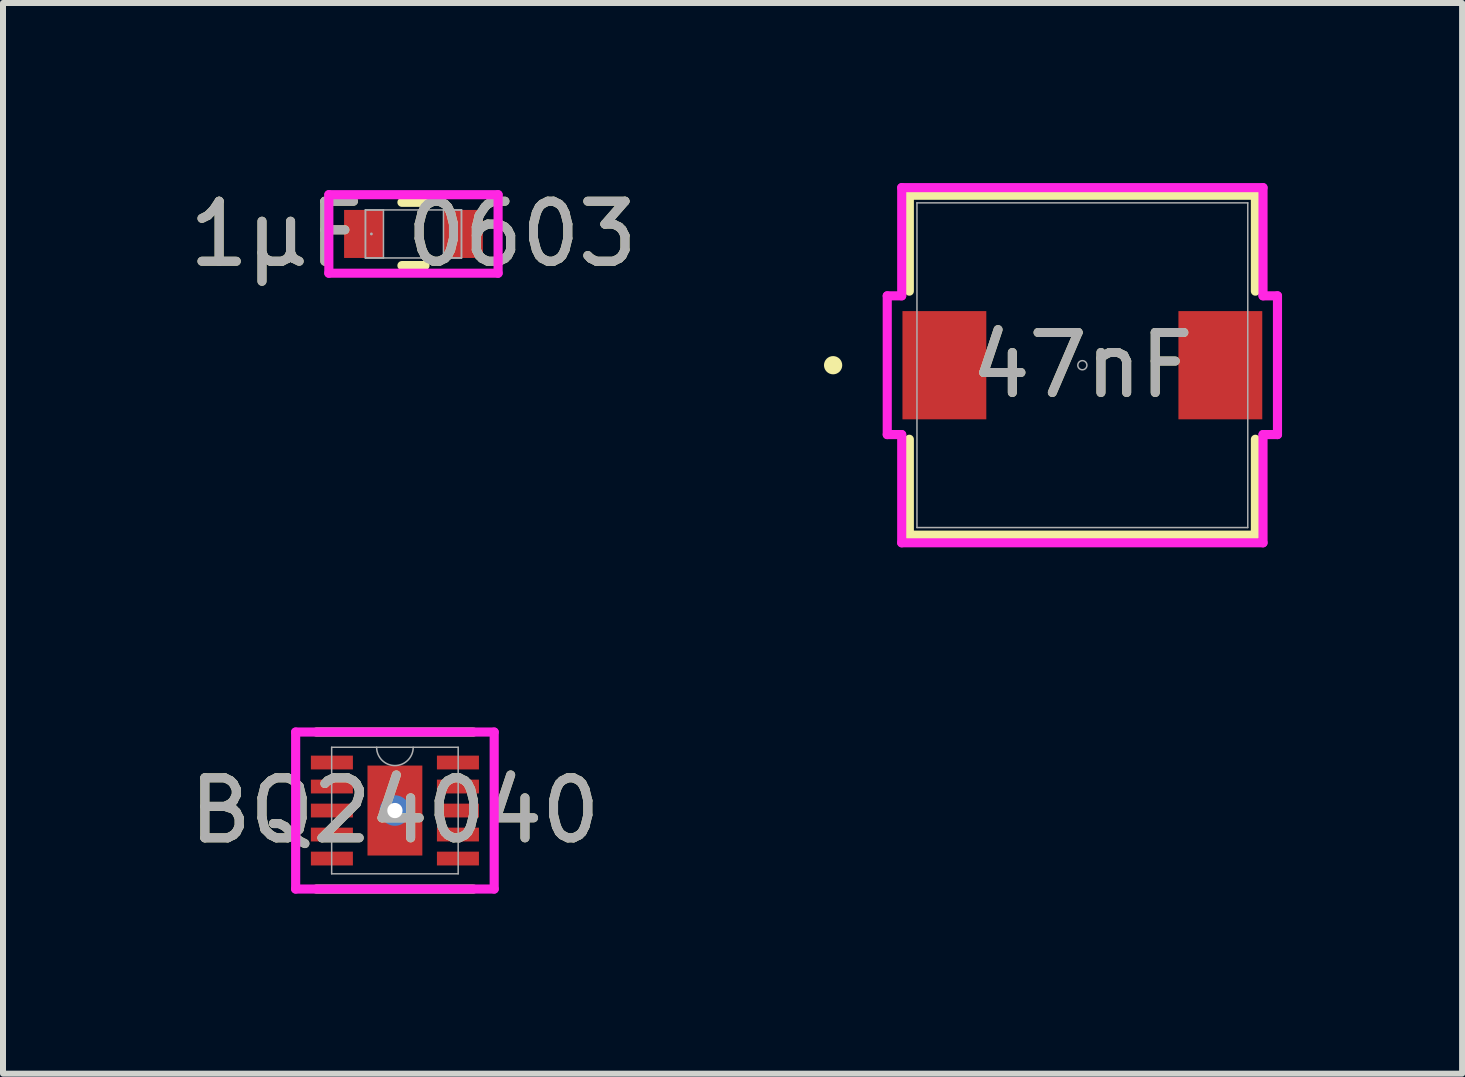
<source format=kicad_pcb>
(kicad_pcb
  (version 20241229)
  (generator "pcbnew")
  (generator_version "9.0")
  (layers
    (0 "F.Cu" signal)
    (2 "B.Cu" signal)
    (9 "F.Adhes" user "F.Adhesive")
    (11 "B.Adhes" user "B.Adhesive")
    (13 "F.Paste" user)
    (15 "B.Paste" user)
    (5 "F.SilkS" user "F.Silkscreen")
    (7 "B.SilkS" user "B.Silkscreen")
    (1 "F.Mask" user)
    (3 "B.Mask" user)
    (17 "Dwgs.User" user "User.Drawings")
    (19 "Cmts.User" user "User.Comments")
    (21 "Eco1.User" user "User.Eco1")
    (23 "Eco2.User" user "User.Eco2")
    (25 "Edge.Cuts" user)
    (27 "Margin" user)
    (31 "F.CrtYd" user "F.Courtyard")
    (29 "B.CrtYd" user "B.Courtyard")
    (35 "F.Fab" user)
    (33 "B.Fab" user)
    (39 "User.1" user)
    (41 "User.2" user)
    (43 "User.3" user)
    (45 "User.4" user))
  (footprint "BQ24040"
    (layer "F.Cu")
    (at 3.53 10.455)
    (property "Reference" "BQ24040" (at 0 0 0) (unlocked yes) (layer "F.SilkS") (effects (font (size 1 1) (thickness 0.15))))
    (attr smd)
    (fp_poly (pts (xy -1.47 -0.985) (xy -1.47 -0.615) (xy -0.63 -0.615) (xy -0.63 -0.985)) (stroke (width 0) (type solid)) (fill yes) (layer "F.Mask"))
    (fp_poly (pts (xy -1.47 -0.585) (xy -1.47 -0.215) (xy -0.63 -0.215) (xy -0.63 -0.585)) (stroke (width 0) (type solid)) (fill yes) (layer "F.Mask"))
    (fp_poly (pts (xy -1.47 -0.185) (xy -1.47 0.185) (xy -0.63 0.185) (xy -0.63 -0.185)) (stroke (width 0) (type solid)) (fill yes) (layer "F.Mask"))
    (fp_poly (pts (xy -1.47 0.215) (xy -1.47 0.585) (xy -0.63 0.585) (xy -0.63 0.215)) (stroke (width 0) (type solid)) (fill yes) (layer "F.Mask"))
    (fp_poly (pts (xy -1.47 0.615) (xy -1.47 0.985) (xy -0.63 0.985) (xy -0.63 0.615)) (stroke (width 0) (type solid)) (fill yes) (layer "F.Mask"))
    (fp_poly (pts (xy -0.521 -0.813) (xy -0.2 -0.813) (xy -0.2 0.813) (xy -0.521 0.813)) (stroke (width 0) (type solid)) (fill yes) (layer "F.Mask"))
    (fp_poly (pts (xy -0.521 -0.813) (xy 0.521 -0.813) (xy 0.521 -0.2) (xy -0.521 -0.2)) (stroke (width 0) (type solid)) (fill yes) (layer "F.Mask"))
    (fp_poly (pts (xy -0.521 0.2) (xy 0.521 0.2) (xy 0.521 0.813) (xy -0.521 0.813)) (stroke (width 0) (type solid)) (fill yes) (layer "F.Mask"))
    (fp_poly (pts (xy 0.2 -0.813) (xy 0.521 -0.813) (xy 0.521 0.813) (xy 0.2 0.813)) (stroke (width 0) (type solid)) (fill yes) (layer "F.Mask"))
    (fp_poly (pts (xy 0.63 -0.985) (xy 0.63 -0.615) (xy 1.47 -0.615) (xy 1.47 -0.985)) (stroke (width 0) (type solid)) (fill yes) (layer "F.Mask"))
    (fp_poly (pts (xy 0.63 -0.585) (xy 0.63 -0.215) (xy 1.47 -0.215) (xy 1.47 -0.585)) (stroke (width 0) (type solid)) (fill yes) (layer "F.Mask"))
    (fp_poly (pts (xy 0.63 -0.185) (xy 0.63 0.185) (xy 1.47 0.185) (xy 1.47 -0.185)) (stroke (width 0) (type solid)) (fill yes) (layer "F.Mask"))
    (fp_poly (pts (xy 0.63 0.215) (xy 0.63 0.585) (xy 1.47 0.585) (xy 1.47 0.215)) (stroke (width 0) (type solid)) (fill yes) (layer "F.Mask"))
    (fp_poly (pts (xy 0.63 0.615) (xy 0.63 0.985) (xy 1.47 0.985) (xy 1.47 0.615)) (stroke (width 0) (type solid)) (fill yes) (layer "F.Mask"))
    (fp_line (start -1.308 1.308) (end 1.308 1.308) (stroke (width 0.152) (type solid)) (layer "F.SilkS"))
    (fp_line (start 1.308 -1.308) (end -1.308 -1.308) (stroke (width 0.152) (type solid)) (layer "F.SilkS"))
    (fp_poly (pts (xy -1.399 -0.914) (xy -1.399 -0.686) (xy -0.701 -0.686) (xy -0.701 -0.914)) (stroke (width 0) (type solid)) (fill yes) (layer "F.Paste"))
    (fp_poly (pts (xy -1.399 -0.514) (xy -1.399 -0.286) (xy -0.701 -0.286) (xy -0.701 -0.514)) (stroke (width 0) (type solid)) (fill yes) (layer "F.Paste"))
    (fp_poly (pts (xy -1.399 -0.114) (xy -1.399 0.114) (xy -0.701 0.114) (xy -0.701 -0.114)) (stroke (width 0) (type solid)) (fill yes) (layer "F.Paste"))
    (fp_poly (pts (xy -1.399 0.286) (xy -1.399 0.514) (xy -0.701 0.514) (xy -0.701 0.286)) (stroke (width 0) (type solid)) (fill yes) (layer "F.Paste"))
    (fp_poly (pts (xy -1.399 0.686) (xy -1.399 0.914) (xy -0.701 0.914) (xy -0.701 0.686)) (stroke (width 0) (type solid)) (fill yes) (layer "F.Paste"))
    (fp_poly (pts (xy 0.701 -0.914) (xy 0.701 -0.686) (xy 1.399 -0.686) (xy 1.399 -0.914)) (stroke (width 0) (type solid)) (fill yes) (layer "F.Paste"))
    (fp_poly (pts (xy 0.701 -0.514) (xy 0.701 -0.286) (xy 1.399 -0.286) (xy 1.399 -0.514)) (stroke (width 0) (type solid)) (fill yes) (layer "F.Paste"))
    (fp_poly (pts (xy 0.701 -0.114) (xy 0.701 0.114) (xy 1.399 0.114) (xy 1.399 -0.114)) (stroke (width 0) (type solid)) (fill yes) (layer "F.Paste"))
    (fp_poly (pts (xy 0.701 0.286) (xy 0.701 0.514) (xy 1.399 0.514) (xy 1.399 0.286)) (stroke (width 0) (type solid)) (fill yes) (layer "F.Paste"))
    (fp_poly (pts (xy 0.701 0.686) (xy 0.701 0.914) (xy 1.399 0.914) (xy 1.399 0.686)) (stroke (width 0) (type solid)) (fill yes) (layer "F.Paste"))
    (fp_poly (pts (xy -0.382 -0.674) (xy -0.382 -0.1) (xy -0.241 -0.1) (xy -0.1 -0.241) (xy -0.1 -0.674)) (stroke (width 0) (type solid)) (fill yes) (layer "F.Paste"))
    (fp_poly (pts (xy -0.382 0.1) (xy -0.382 0.674) (xy -0.1 0.674) (xy -0.1 0.241) (xy -0.241 0.1)) (stroke (width 0) (type solid)) (fill yes) (layer "F.Paste"))
    (fp_poly (pts (xy 0.1 -0.674) (xy 0.1 -0.241) (xy 0.241 -0.1) (xy 0.382 -0.1) (xy 0.382 -0.674)) (stroke (width 0) (type solid)) (fill yes) (layer "F.Paste"))
    (fp_poly (pts (xy 0.241 0.1) (xy 0.1 0.241) (xy 0.1 0.674) (xy 0.382 0.674) (xy 0.382 0.1)) (stroke (width 0) (type solid)) (fill yes) (layer "F.Paste"))
    (fp_line (start -1.654 -1.308) (end 1.654 -1.308) (stroke (width 0.152) (type solid)) (layer "F.CrtYd"))
    (fp_line (start -1.654 1.308) (end -1.654 -1.308) (stroke (width 0.152) (type solid)) (layer "F.CrtYd"))
    (fp_line (start 1.654 -1.308) (end 1.654 1.308) (stroke (width 0.152) (type solid)) (layer "F.CrtYd"))
    (fp_line (start 1.654 1.308) (end -1.654 1.308) (stroke (width 0.152) (type solid)) (layer "F.CrtYd"))
    (fp_line (start -1.054 -1.054) (end -1.054 1.054) (stroke (width 0.025) (type solid)) (layer "F.Fab"))
    (fp_line (start -1.054 1.054) (end 1.054 1.054) (stroke (width 0.025) (type solid)) (layer "F.Fab"))
    (fp_line (start 1.054 -1.054) (end -1.054 -1.054) (stroke (width 0.025) (type solid)) (layer "F.Fab"))
    (fp_line (start 1.054 1.054) (end 1.054 -1.054) (stroke (width 0.025) (type solid)) (layer "F.Fab"))
    (fp_arc (start 0.3048 -1.0541) (mid 0 -0.7493) (end -0.3048 -1.0541) (stroke (width 0.0254) (type solid)) (layer "F.Fab"))
    (fp_text user "${REFERENCE}" (at 0 0 0) (unlocked yes) (layer "F.Fab") (effects (font (size 1 1) (thickness 0.15))))
    (pad "1" smd rect (at -1.05 -0.8) (size 0.7 0.23) (layers "F.Cu" "F.Mask"))
    (pad "2" smd rect (at -1.05 -0.4) (size 0.7 0.23) (layers "F.Cu" "F.Mask"))
    (pad "3" smd rect (at -1.05 0) (size 0.7 0.23) (layers "F.Cu" "F.Mask"))
    (pad "4" smd rect (at -1.05 0.4) (size 0.7 0.23) (layers "F.Cu" "F.Mask"))
    (pad "5" smd rect (at -1.05 0.8) (size 0.7 0.23) (layers "F.Cu" "F.Mask"))
    (pad "6" smd rect (at 1.05 0.8) (size 0.7 0.23) (layers "F.Cu" "F.Mask"))
    (pad "7" smd rect (at 1.05 0.4) (size 0.7 0.23) (layers "F.Cu" "F.Mask"))
    (pad "8" smd rect (at 1.05 0) (size 0.7 0.23) (layers "F.Cu" "F.Mask"))
    (pad "9" smd rect (at 1.05 -0.4) (size 0.7 0.23) (layers "F.Cu" "F.Mask"))
    (pad "10" smd rect (at 1.05 -0.8) (size 0.7 0.23) (layers "F.Cu" "F.Mask"))
    (pad "11" smd rect (at 0 0) (size 0.914 1.499) (layers "F.Cu"))
    (pad "V" thru_hole circle (at 0 0) (size 0.508 0.508) (drill 0.254) (layers "*.Cu" "*.Mask")))
  (footprint "1µF 0603"
    (layer "F.Cu")
    (at 3.839 0.848)
    (property "Reference" "1µF 0603" (at 0 0 0) (unlocked yes) (layer "F.SilkS") (effects (font (size 1 1) (thickness 0.15))))
    (attr smd)
    (fp_line (start -0.192 0.527) (end 0.192 0.527) (stroke (width 0.152) (type solid)) (layer "F.SilkS"))
    (fp_line (start 0.192 -0.527) (end -0.192 -0.527) (stroke (width 0.152) (type solid)) (layer "F.SilkS"))
    (fp_line (start -1.41 -0.654) (end 1.41 -0.654) (stroke (width 0.152) (type solid)) (layer "F.CrtYd"))
    (fp_line (start -1.41 0.654) (end -1.41 -0.654) (stroke (width 0.152) (type solid)) (layer "F.CrtYd"))
    (fp_line (start 1.41 -0.654) (end 1.41 0.654) (stroke (width 0.152) (type solid)) (layer "F.CrtYd"))
    (fp_line (start 1.41 0.654) (end -1.41 0.654) (stroke (width 0.152) (type solid)) (layer "F.CrtYd"))
    (fp_line (start -0.8 -0.4) (end -0.8 0.4) (stroke (width 0.025) (type solid)) (layer "F.Fab"))
    (fp_line (start -0.8 -0.4) (end -0.8 0.4) (stroke (width 0.025) (type solid)) (layer "F.Fab"))
    (fp_line (start -0.8 0.4) (end -0.5 0.4) (stroke (width 0.025) (type solid)) (layer "F.Fab"))
    (fp_line (start -0.8 0.4) (end 0.8 0.4) (stroke (width 0.025) (type solid)) (layer "F.Fab"))
    (fp_line (start -0.5 -0.4) (end -0.8 -0.4) (stroke (width 0.025) (type solid)) (layer "F.Fab"))
    (fp_line (start -0.5 0.4) (end -0.5 -0.4) (stroke (width 0.025) (type solid)) (layer "F.Fab"))
    (fp_line (start 0.5 -0.4) (end 0.5 0.4) (stroke (width 0.025) (type solid)) (layer "F.Fab"))
    (fp_line (start 0.5 0.4) (end 0.8 0.4) (stroke (width 0.025) (type solid)) (layer "F.Fab"))
    (fp_line (start 0.8 -0.4) (end -0.8 -0.4) (stroke (width 0.025) (type solid)) (layer "F.Fab"))
    (fp_line (start 0.8 -0.4) (end 0.5 -0.4) (stroke (width 0.025) (type solid)) (layer "F.Fab"))
    (fp_line (start 0.8 0.4) (end 0.8 -0.4) (stroke (width 0.025) (type solid)) (layer "F.Fab"))
    (fp_line (start 0.8 0.4) (end 0.8 -0.4) (stroke (width 0.025) (type solid)) (layer "F.Fab"))
    (fp_circle (center -0.701 0) (end -0.701 0) (stroke (width 0.025) (type solid)) (fill no) (layer "F.Fab"))
    (fp_text user "${REFERENCE}" (at 0 0 0) (unlocked yes) (layer "F.Fab") (effects (font (size 1 1) (thickness 0.15))))
    (pad "1" smd rect (at -0.828 0) (size 0.656 0.8) (layers "F.Cu" "F.Mask" "F.Paste"))
    (pad "2" smd rect (at 0.828 0) (size 0.656 0.8) (layers "F.Cu" "F.Mask" "F.Paste"))
    (zone (net_name "") (layer "F.Cu") (hatch full 0.508) (connect_pads) (min_thickness 0.254) (filled_areas_thickness no) (keepout (tracks not_allowed) (vias not_allowed) (pads allowed) (copperpour not_allowed) (footprints allowed)) (placement (enabled no)) (fill) (polygon (pts (xy 3.39 0.499) (xy 4.288 0.499) (xy 4.288 1.197) (xy 3.39 1.197)))))
  (footprint "47nF"
    (layer "F.Cu")
    (at 14.984 3.035)
    (property "Reference" "47nF" (at 0 0 0) (unlocked yes) (layer "F.SilkS") (effects (font (size 1 1) (thickness 0.15))))
    (attr smd)
    (fp_line (start -2.883 -2.832) (end -2.883 -1.234) (stroke (width 0.152) (type solid)) (layer "F.SilkS"))
    (fp_line (start -2.883 1.234) (end -2.883 2.832) (stroke (width 0.152) (type solid)) (layer "F.SilkS"))
    (fp_line (start -2.883 2.832) (end 2.883 2.832) (stroke (width 0.152) (type solid)) (layer "F.SilkS"))
    (fp_line (start 2.883 -2.832) (end -2.883 -2.832) (stroke (width 0.152) (type solid)) (layer "F.SilkS"))
    (fp_line (start 2.883 -1.234) (end 2.883 -2.832) (stroke (width 0.152) (type solid)) (layer "F.SilkS"))
    (fp_line (start 2.883 2.832) (end 2.883 1.234) (stroke (width 0.152) (type solid)) (layer "F.SilkS"))
    (fp_circle (center -4.153 0) (end -4.077 0) (stroke (width 0.152) (type solid)) (fill no) (layer "F.SilkS"))
    (fp_line (start -3.251 -1.156) (end -3.01 -1.156) (stroke (width 0.152) (type solid)) (layer "F.CrtYd"))
    (fp_line (start -3.251 1.156) (end -3.251 -1.156) (stroke (width 0.152) (type solid)) (layer "F.CrtYd"))
    (fp_line (start -3.251 1.156) (end -3.01 1.156) (stroke (width 0.152) (type solid)) (layer "F.CrtYd"))
    (fp_line (start -3.01 -2.959) (end 3.01 -2.959) (stroke (width 0.152) (type solid)) (layer "F.CrtYd"))
    (fp_line (start -3.01 -1.156) (end -3.01 -2.959) (stroke (width 0.152) (type solid)) (layer "F.CrtYd"))
    (fp_line (start -3.01 2.959) (end -3.01 1.156) (stroke (width 0.152) (type solid)) (layer "F.CrtYd"))
    (fp_line (start 3.01 -2.959) (end 3.01 -1.156) (stroke (width 0.152) (type solid)) (layer "F.CrtYd"))
    (fp_line (start 3.01 1.156) (end 3.01 2.959) (stroke (width 0.152) (type solid)) (layer "F.CrtYd"))
    (fp_line (start 3.01 2.959) (end -3.01 2.959) (stroke (width 0.152) (type solid)) (layer "F.CrtYd"))
    (fp_line (start 3.251 -1.156) (end 3.01 -1.156) (stroke (width 0.152) (type solid)) (layer "F.CrtYd"))
    (fp_line (start 3.251 -1.156) (end 3.251 1.156) (stroke (width 0.152) (type solid)) (layer "F.CrtYd"))
    (fp_line (start 3.251 1.156) (end 3.01 1.156) (stroke (width 0.152) (type solid)) (layer "F.CrtYd"))
    (fp_line (start -2.756 -2.705) (end -2.756 2.705) (stroke (width 0.025) (type solid)) (layer "F.Fab"))
    (fp_line (start -2.756 2.705) (end 2.756 2.705) (stroke (width 0.025) (type solid)) (layer "F.Fab"))
    (fp_line (start 2.756 -2.705) (end -2.756 -2.705) (stroke (width 0.025) (type solid)) (layer "F.Fab"))
    (fp_line (start 2.756 2.705) (end 2.756 -2.705) (stroke (width 0.025) (type solid)) (layer "F.Fab"))
    (fp_circle (center 0 0) (end 0.076 0) (stroke (width 0.025) (type solid)) (fill no) (layer "F.Fab"))
    (fp_text user "${REFERENCE}" (at 0 0 0) (unlocked yes) (layer "F.Fab") (effects (font (size 1 1) (thickness 0.15))))
    (pad "1" smd rect (at -2.299 0) (size 1.397 1.803) (layers "F.Cu" "F.Mask" "F.Paste"))
    (pad "2" smd rect (at 2.299 0) (size 1.397 1.803) (layers "F.Cu" "F.Mask" "F.Paste")))
  (gr_rect
    (start -3 -3)
    (end 21.311 14.839)
    (stroke (width 0.1) (type default))
    (fill no)
    (layer "Edge.Cuts")))
</source>
